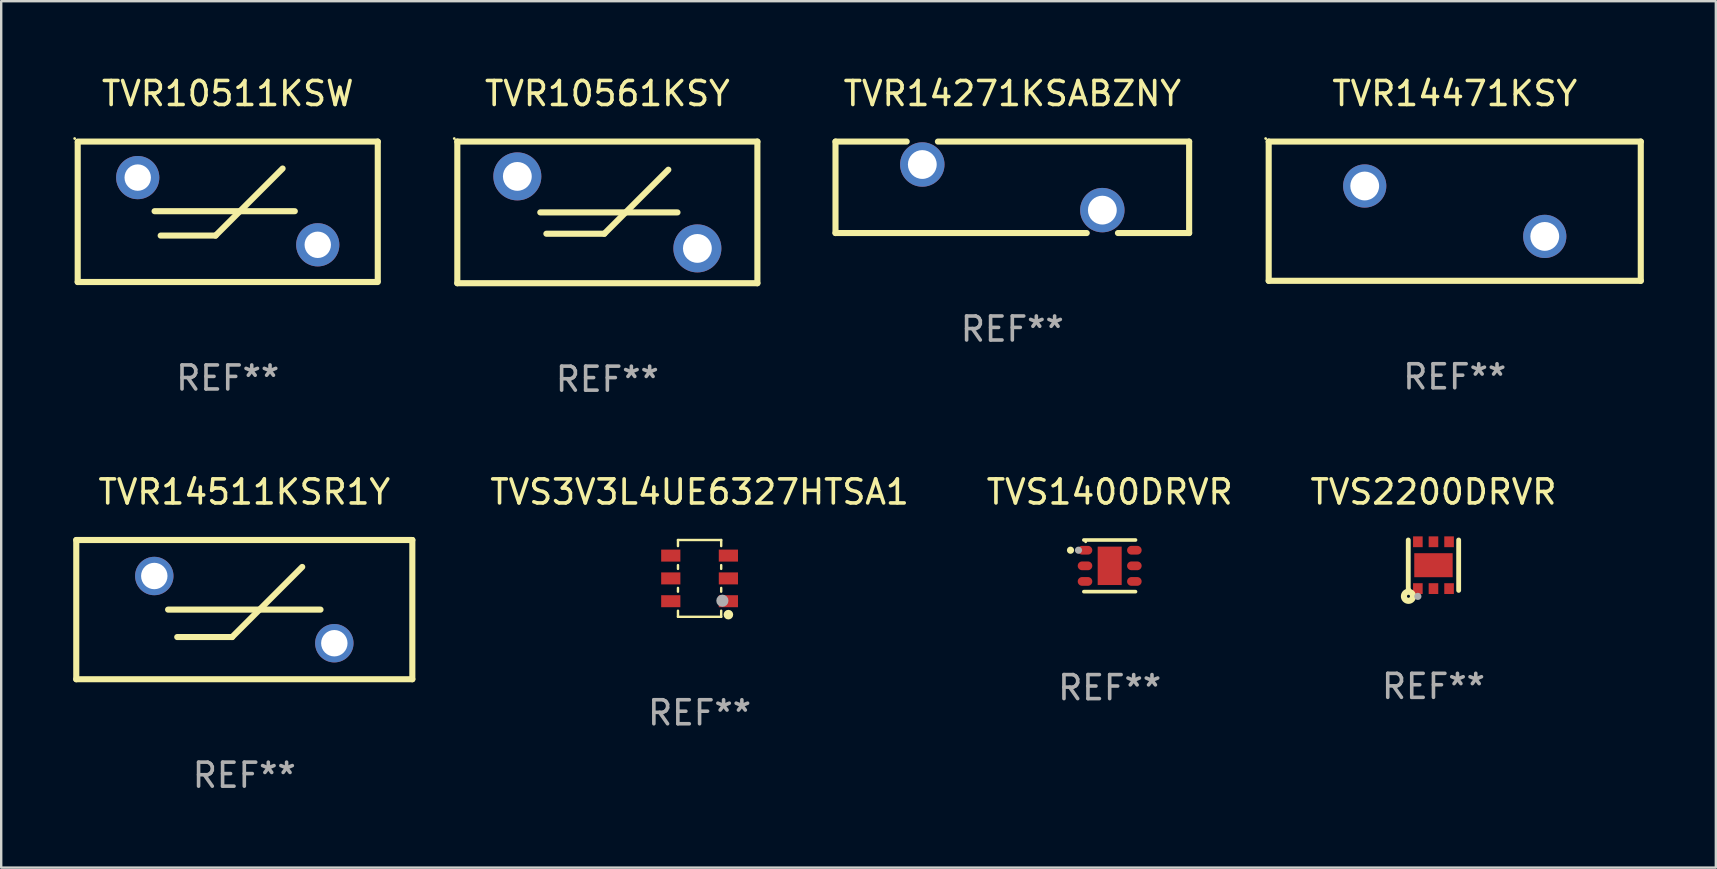
<source format=kicad_pcb>
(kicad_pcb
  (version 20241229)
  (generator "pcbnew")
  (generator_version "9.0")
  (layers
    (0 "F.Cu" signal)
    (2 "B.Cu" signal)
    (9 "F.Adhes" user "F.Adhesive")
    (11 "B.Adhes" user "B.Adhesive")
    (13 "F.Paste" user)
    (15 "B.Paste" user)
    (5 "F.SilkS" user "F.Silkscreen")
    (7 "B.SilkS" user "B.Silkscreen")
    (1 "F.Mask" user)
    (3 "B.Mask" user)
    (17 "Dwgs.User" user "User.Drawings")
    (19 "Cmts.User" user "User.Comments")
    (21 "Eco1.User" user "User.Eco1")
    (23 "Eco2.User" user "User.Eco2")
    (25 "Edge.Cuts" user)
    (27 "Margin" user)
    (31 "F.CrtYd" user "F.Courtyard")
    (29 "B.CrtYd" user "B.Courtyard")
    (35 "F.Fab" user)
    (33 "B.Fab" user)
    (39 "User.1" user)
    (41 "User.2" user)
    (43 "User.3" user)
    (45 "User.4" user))
  (footprint "TVR10561KSY"
    (layer "F.Cu")
    (at 22.251 5.798)
    (property "Reference" "TVR10561KSY" (at 0 -4.95 0) (layer "F.SilkS") (effects (font (size 1 1) (thickness 0.15))))
    (attr through_hole)
    (fp_line (start -6.25 -2.95) (end -6.25 2.95) (stroke (width 0.254) (type solid)) (layer "F.SilkS"))
    (fp_line (start -6.25 -2.95) (end 6.25 -2.95) (stroke (width 0.254) (type solid)) (layer "F.SilkS"))
    (fp_line (start -6.25 2.95) (end 6.25 2.95) (stroke (width 0.254) (type solid)) (layer "F.SilkS"))
    (fp_line (start -2.794 0) (end 2.921 0) (stroke (width 0.254) (type solid)) (layer "F.SilkS"))
    (fp_line (start -2.54 0.889) (end -0.127 0.889) (stroke (width 0.254) (type solid)) (layer "F.SilkS"))
    (fp_line (start -0.127 0.889) (end 2.54 -1.778) (stroke (width 0.254) (type solid)) (layer "F.SilkS"))
    (fp_line (start 6.25 -2.95) (end 6.25 2.95) (stroke (width 0.254) (type solid)) (layer "F.SilkS"))
    (fp_circle (center -6.377 -3.077) (end -6.347 -3.077) (stroke (width 0.06) (type solid)) (fill no) (layer "F.SilkS"))
    (fp_text user "REF**" (at 0 6.95 0) (layer "F.Fab") (effects (font (size 1 1) (thickness 0.15))))
    (pad "1" thru_hole circle (at -3.75 -1.5) (size 2 2) (drill 1.2) (layers "*.Cu" "*.Mask"))
    (pad "2" thru_hole circle (at 3.75 1.5) (size 2 2) (drill 1.2) (layers "*.Cu" "*.Mask")))
  (footprint "TVS1400DRVR"
    (layer "F.Cu")
    (at 43.177 20.521)
    (property "Reference" "TVS1400DRVR" (at 0 -3.076 0) (layer "F.SilkS") (effects (font (size 1 1) (thickness 0.15))))
    (attr through_hole)
    (fp_line (start -1.076 -1.076) (end 1.076 -1.076) (stroke (width 0.152) (type solid)) (layer "F.SilkS"))
    (fp_line (start -1.076 1.076) (end 1.076 1.076) (stroke (width 0.152) (type solid)) (layer "F.SilkS"))
    (fp_circle (center -1.632 -0.65) (end -1.557 -0.65) (stroke (width 0.15) (type solid)) (fill no) (layer "F.SilkS"))
    (fp_circle (center -1 -1) (end -0.97 -1) (stroke (width 0.06) (type solid)) (fill no) (layer "F.SilkS"))
    (fp_circle (center -1.3 -0.65) (end -1.225 -0.65) (stroke (width 0.15) (type solid)) (fill no) (layer "F.Fab"))
    (fp_text user "REF**" (at 0 5.076 0) (layer "F.Fab") (effects (font (size 1 1) (thickness 0.15))))
    (pad "1" smd oval (at -1.028 -0.65 270) (size 0.364 0.607) (layers "F.Cu" "F.Mask" "F.Paste"))
    (pad "2" smd oval (at -1.028 0 270) (size 0.364 0.607) (layers "F.Cu" "F.Mask" "F.Paste"))
    (pad "3" smd oval (at -1.028 0.65 270) (size 0.364 0.607) (layers "F.Cu" "F.Mask" "F.Paste"))
    (pad "4" smd oval (at 1.028 0.65 270) (size 0.364 0.607) (layers "F.Cu" "F.Mask" "F.Paste"))
    (pad "5" smd oval (at 1.028 0 270) (size 0.364 0.607) (layers "F.Cu" "F.Mask" "F.Paste"))
    (pad "6" smd oval (at 1.028 -0.65 270) (size 0.364 0.607) (layers "F.Cu" "F.Mask" "F.Paste"))
    (pad "7" smd rect (at 0 0) (size 1 1.6) (layers "F.Cu" "F.Mask" "F.Paste")))
  (footprint "TVR10511KSW"
    (layer "F.Cu")
    (at 6.437 5.773)
    (property "Reference" "TVR10511KSW" (at 0 -4.925 0) (layer "F.SilkS") (effects (font (size 1 1) (thickness 0.15))))
    (attr through_hole)
    (fp_line (start -6.25 -2.925) (end 6.25 -2.925) (stroke (width 0.254) (type solid)) (layer "F.SilkS"))
    (fp_line (start -6.25 2.925) (end -6.25 -2.875) (stroke (width 0.254) (type solid)) (layer "F.SilkS"))
    (fp_line (start -3.048 -0.025) (end 2.794 -0.025) (stroke (width 0.254) (type solid)) (layer "F.SilkS"))
    (fp_line (start -2.794 0.991) (end -0.508 0.991) (stroke (width 0.254) (type solid)) (layer "F.SilkS"))
    (fp_line (start -0.508 0.991) (end 2.286 -1.803) (stroke (width 0.254) (type solid)) (layer "F.SilkS"))
    (fp_line (start 6.25 -2.925) (end 6.25 2.875) (stroke (width 0.254) (type solid)) (layer "F.SilkS"))
    (fp_line (start 6.25 2.925) (end -6.25 2.925) (stroke (width 0.254) (type solid)) (layer "F.SilkS"))
    (fp_circle (center -6.377 -3.052) (end -6.347 -3.052) (stroke (width 0.06) (type solid)) (fill no) (layer "F.SilkS"))
    (fp_text user "REF**" (at 0 6.925 0) (layer "F.Fab") (effects (font (size 1 1) (thickness 0.15))))
    (pad "1" thru_hole circle (at -3.75 -1.425) (size 1.8 1.8) (drill 1.1) (layers "*.Cu" "*.Mask"))
    (pad "2" thru_hole circle (at 3.75 1.375) (size 1.8 1.8) (drill 1.1) (layers "*.Cu" "*.Mask")))
  (footprint "TVR14271KSABZNY"
    (layer "F.Cu")
    (at 39.121 4.753)
    (property "Reference" "TVR14271KSABZNY" (at 0 -3.905 0) (layer "F.SilkS") (effects (font (size 1 1) (thickness 0.15))))
    (attr through_hole)
    (fp_line (start -7.366 -1.905) (end -4.4 -1.905) (stroke (width 0.254) (type solid)) (layer "F.SilkS"))
    (fp_line (start -7.366 1.905) (end -7.366 -1.905) (stroke (width 0.254) (type solid)) (layer "F.SilkS"))
    (fp_line (start -3.1 -1.905) (end 7.366 -1.905) (stroke (width 0.254) (type solid)) (layer "F.SilkS"))
    (fp_line (start 3.1 1.905) (end -7.366 1.905) (stroke (width 0.254) (type solid)) (layer "F.SilkS"))
    (fp_line (start 7.366 -1.905) (end 7.366 1.905) (stroke (width 0.254) (type solid)) (layer "F.SilkS"))
    (fp_line (start 7.366 1.905) (end 4.4 1.905) (stroke (width 0.254) (type solid)) (layer "F.SilkS"))
    (fp_circle (center -7.4 -1.9) (end -7.37 -1.9) (stroke (width 0.06) (type solid)) (fill no) (layer "F.SilkS"))
    (fp_text user "REF**" (at 0 5.905 0) (layer "F.Fab") (effects (font (size 1 1) (thickness 0.15))))
    (pad "1" thru_hole circle (at -3.75 -0.95) (size 1.85 1.85) (drill 1.2) (layers "*.Cu" "*.Mask"))
    (pad "2" thru_hole circle (at 3.75 0.95) (size 1.85 1.85) (drill 1.2) (layers "*.Cu" "*.Mask")))
  (footprint "TVR14471KSY"
    (layer "F.Cu")
    (at 57.551 5.748)
    (property "Reference" "TVR14471KSY" (at 0 -4.9 0) (layer "F.SilkS") (effects (font (size 1 1) (thickness 0.15))))
    (attr through_hole)
    (fp_line (start -7.75 -2.9) (end 7.75 -2.9) (stroke (width 0.254) (type solid)) (layer "F.SilkS"))
    (fp_line (start -7.75 2.9) (end -7.75 -2.9) (stroke (width 0.254) (type solid)) (layer "F.SilkS"))
    (fp_line (start 7.75 -2.9) (end 7.75 2.9) (stroke (width 0.254) (type solid)) (layer "F.SilkS"))
    (fp_line (start 7.75 2.9) (end -7.75 2.9) (stroke (width 0.254) (type solid)) (layer "F.SilkS"))
    (fp_circle (center -7.877 -3.027) (end -7.847 -3.027) (stroke (width 0.06) (type solid)) (fill no) (layer "F.SilkS"))
    (fp_text user "REF**" (at 0 6.9 0) (layer "F.Fab") (effects (font (size 1 1) (thickness 0.15))))
    (pad "1" thru_hole circle (at -3.75 -1.05) (size 1.8 1.8) (drill 1.2) (layers "*.Cu" "*.Mask"))
    (pad "2" thru_hole circle (at 3.75 1.05) (size 1.8 1.8) (drill 1.2) (layers "*.Cu" "*.Mask")))
  (footprint "TVS3V3L4UE6327HTSA1"
    (layer "F.Cu")
    (at 26.093 21.045)
    (property "Reference" "TVS3V3L4UE6327HTSA1" (at 0 -3.6 0) (layer "F.SilkS") (effects (font (size 1 1) (thickness 0.15))))
    (attr through_hole)
    (fp_line (start -0.9 -1.6) (end 0.9 -1.6) (stroke (width 0.101) (type solid)) (layer "F.SilkS"))
    (fp_line (start -0.9 -1.346) (end -0.9 -1.6) (stroke (width 0.101) (type solid)) (layer "F.SilkS"))
    (fp_line (start -0.9 -0.396) (end -0.9 -0.554) (stroke (width 0.101) (type solid)) (layer "F.SilkS"))
    (fp_line (start -0.9 0.554) (end -0.9 0.396) (stroke (width 0.101) (type solid)) (layer "F.SilkS"))
    (fp_line (start -0.9 1.6) (end -0.9 1.346) (stroke (width 0.101) (type solid)) (layer "F.SilkS"))
    (fp_line (start -0.9 1.6) (end 0.9 1.6) (stroke (width 0.101) (type solid)) (layer "F.SilkS"))
    (fp_line (start 0.9 -1.346) (end 0.9 -1.6) (stroke (width 0.101) (type solid)) (layer "F.SilkS"))
    (fp_line (start 0.9 -0.396) (end 0.9 -0.554) (stroke (width 0.101) (type solid)) (layer "F.SilkS"))
    (fp_line (start 0.9 0.554) (end 0.9 0.396) (stroke (width 0.101) (type solid)) (layer "F.SilkS"))
    (fp_line (start 0.9 1.6) (end 0.9 1.346) (stroke (width 0.101) (type solid)) (layer "F.SilkS"))
    (fp_circle (center 1.2 1.51) (end 1.3 1.51) (stroke (width 0.2) (type solid)) (fill no) (layer "F.SilkS"))
    (fp_circle (center 1.25 1.45) (end 1.28 1.45) (stroke (width 0.06) (type solid)) (fill no) (layer "F.SilkS"))
    (fp_circle (center 0.95 0.93) (end 1.077 0.93) (stroke (width 0.254) (type solid)) (fill no) (layer "F.Fab"))
    (fp_text user "REF**" (at 0 5.6 0) (layer "F.Fab") (effects (font (size 1 1) (thickness 0.15))))
    (pad "1" smd rect (at 1.2 0.95 90) (size 0.5 0.8) (layers "F.Cu" "F.Mask" "F.Paste"))
    (pad "2" smd rect (at 1.2 0 90) (size 0.5 0.8) (layers "F.Cu" "F.Mask" "F.Paste"))
    (pad "3" smd rect (at 1.2 -0.95 90) (size 0.5 0.8) (layers "F.Cu" "F.Mask" "F.Paste"))
    (pad "4" smd rect (at -1.2 -0.95 90) (size 0.5 0.8) (layers "F.Cu" "F.Mask" "F.Paste"))
    (pad "5" smd rect (at -1.2 0 90) (size 0.5 0.8) (layers "F.Cu" "F.Mask" "F.Paste"))
    (pad "6" smd rect (at -1.2 0.95 90) (size 0.5 0.8) (layers "F.Cu" "F.Mask" "F.Paste")))
  (footprint "TVS2200DRVR"
    (layer "F.Cu")
    (at 56.665 20.494)
    (property "Reference" "TVS2200DRVR" (at 0 -3.05 0) (layer "F.SilkS") (effects (font (size 1 1) (thickness 0.15))))
    (attr through_hole)
    (fp_line (start -1.05 1.05) (end -1.05 -1.05) (stroke (width 0.201) (type solid)) (layer "F.SilkS"))
    (fp_line (start 1.05 1.05) (end 1.05 -1.05) (stroke (width 0.201) (type solid)) (layer "F.SilkS"))
    (fp_circle (center -1.041 1.296) (end -0.978 1.296) (stroke (width 0.254) (type solid)) (fill no) (layer "F.SilkS"))
    (fp_circle (center -1 1.001) (end -0.97 1.001) (stroke (width 0.06) (type solid)) (fill no) (layer "F.SilkS"))
    (fp_circle (center -0.65 1.3) (end -0.575 1.3) (stroke (width 0.15) (type solid)) (fill no) (layer "F.Fab"))
    (fp_text user "REF**" (at 0 5.05 0) (layer "F.Fab") (effects (font (size 1 1) (thickness 0.15))))
    (pad "1" smd rect (at -0.65 0.976) (size 0.4 0.45) (layers "F.Cu" "F.Mask" "F.Paste"))
    (pad "2" smd rect (at 0 0.976) (size 0.4 0.45) (layers "F.Cu" "F.Mask" "F.Paste"))
    (pad "3" smd rect (at 0.65 0.976) (size 0.4 0.45) (layers "F.Cu" "F.Mask" "F.Paste"))
    (pad "4" smd rect (at 0.65 -0.975) (size 0.4 0.45) (layers "F.Cu" "F.Mask" "F.Paste"))
    (pad "5" smd rect (at 0 -0.975) (size 0.4 0.45) (layers "F.Cu" "F.Mask" "F.Paste"))
    (pad "6" smd rect (at -0.65 -0.975) (size 0.4 0.45) (layers "F.Cu" "F.Mask" "F.Paste"))
    (pad "7" smd rect (at 0 0.001 90) (size 1 1.6) (layers "F.Cu" "F.Mask" "F.Paste")))
  (footprint "TVR14511KSR1Y"
    (layer "F.Cu")
    (at 7.127 22.345)
    (property "Reference" "TVR14511KSR1Y" (at 0 -4.9 0) (layer "F.SilkS") (effects (font (size 1 1) (thickness 0.15))))
    (attr through_hole)
    (fp_line (start -7 -2.9) (end -7 2.9) (stroke (width 0.254) (type solid)) (layer "F.SilkS"))
    (fp_line (start -7 -2.9) (end 7 -2.9) (stroke (width 0.254) (type solid)) (layer "F.SilkS"))
    (fp_line (start -7 2.9) (end 7 2.9) (stroke (width 0.254) (type solid)) (layer "F.SilkS"))
    (fp_line (start -3.175 0) (end 3.175 0) (stroke (width 0.254) (type solid)) (layer "F.SilkS"))
    (fp_line (start -2.794 1.143) (end -0.508 1.143) (stroke (width 0.254) (type solid)) (layer "F.SilkS"))
    (fp_line (start -0.508 1.143) (end 2.413 -1.778) (stroke (width 0.254) (type solid)) (layer "F.SilkS"))
    (fp_line (start 7 -2.9) (end 7 2.9) (stroke (width 0.254) (type solid)) (layer "F.SilkS"))
    (fp_circle (center -7 -2.9) (end -6.97 -2.9) (stroke (width 0.06) (type solid)) (fill no) (layer "F.SilkS"))
    (fp_text user "REF**" (at 0 6.9 0) (layer "F.Fab") (effects (font (size 1 1) (thickness 0.15))))
    (pad "1" thru_hole circle (at -3.75 -1.4) (size 1.6 1.6) (drill 1.1) (layers "*.Cu" "*.Mask"))
    (pad "2" thru_hole circle (at 3.75 1.4) (size 1.6 1.6) (drill 1.1) (layers "*.Cu" "*.Mask")))
  (gr_rect
    (start -3 -3)
    (end 68.428 33.093)
    (stroke (width 0.1) (type default))
    (fill no)
    (layer "Edge.Cuts")))
</source>
